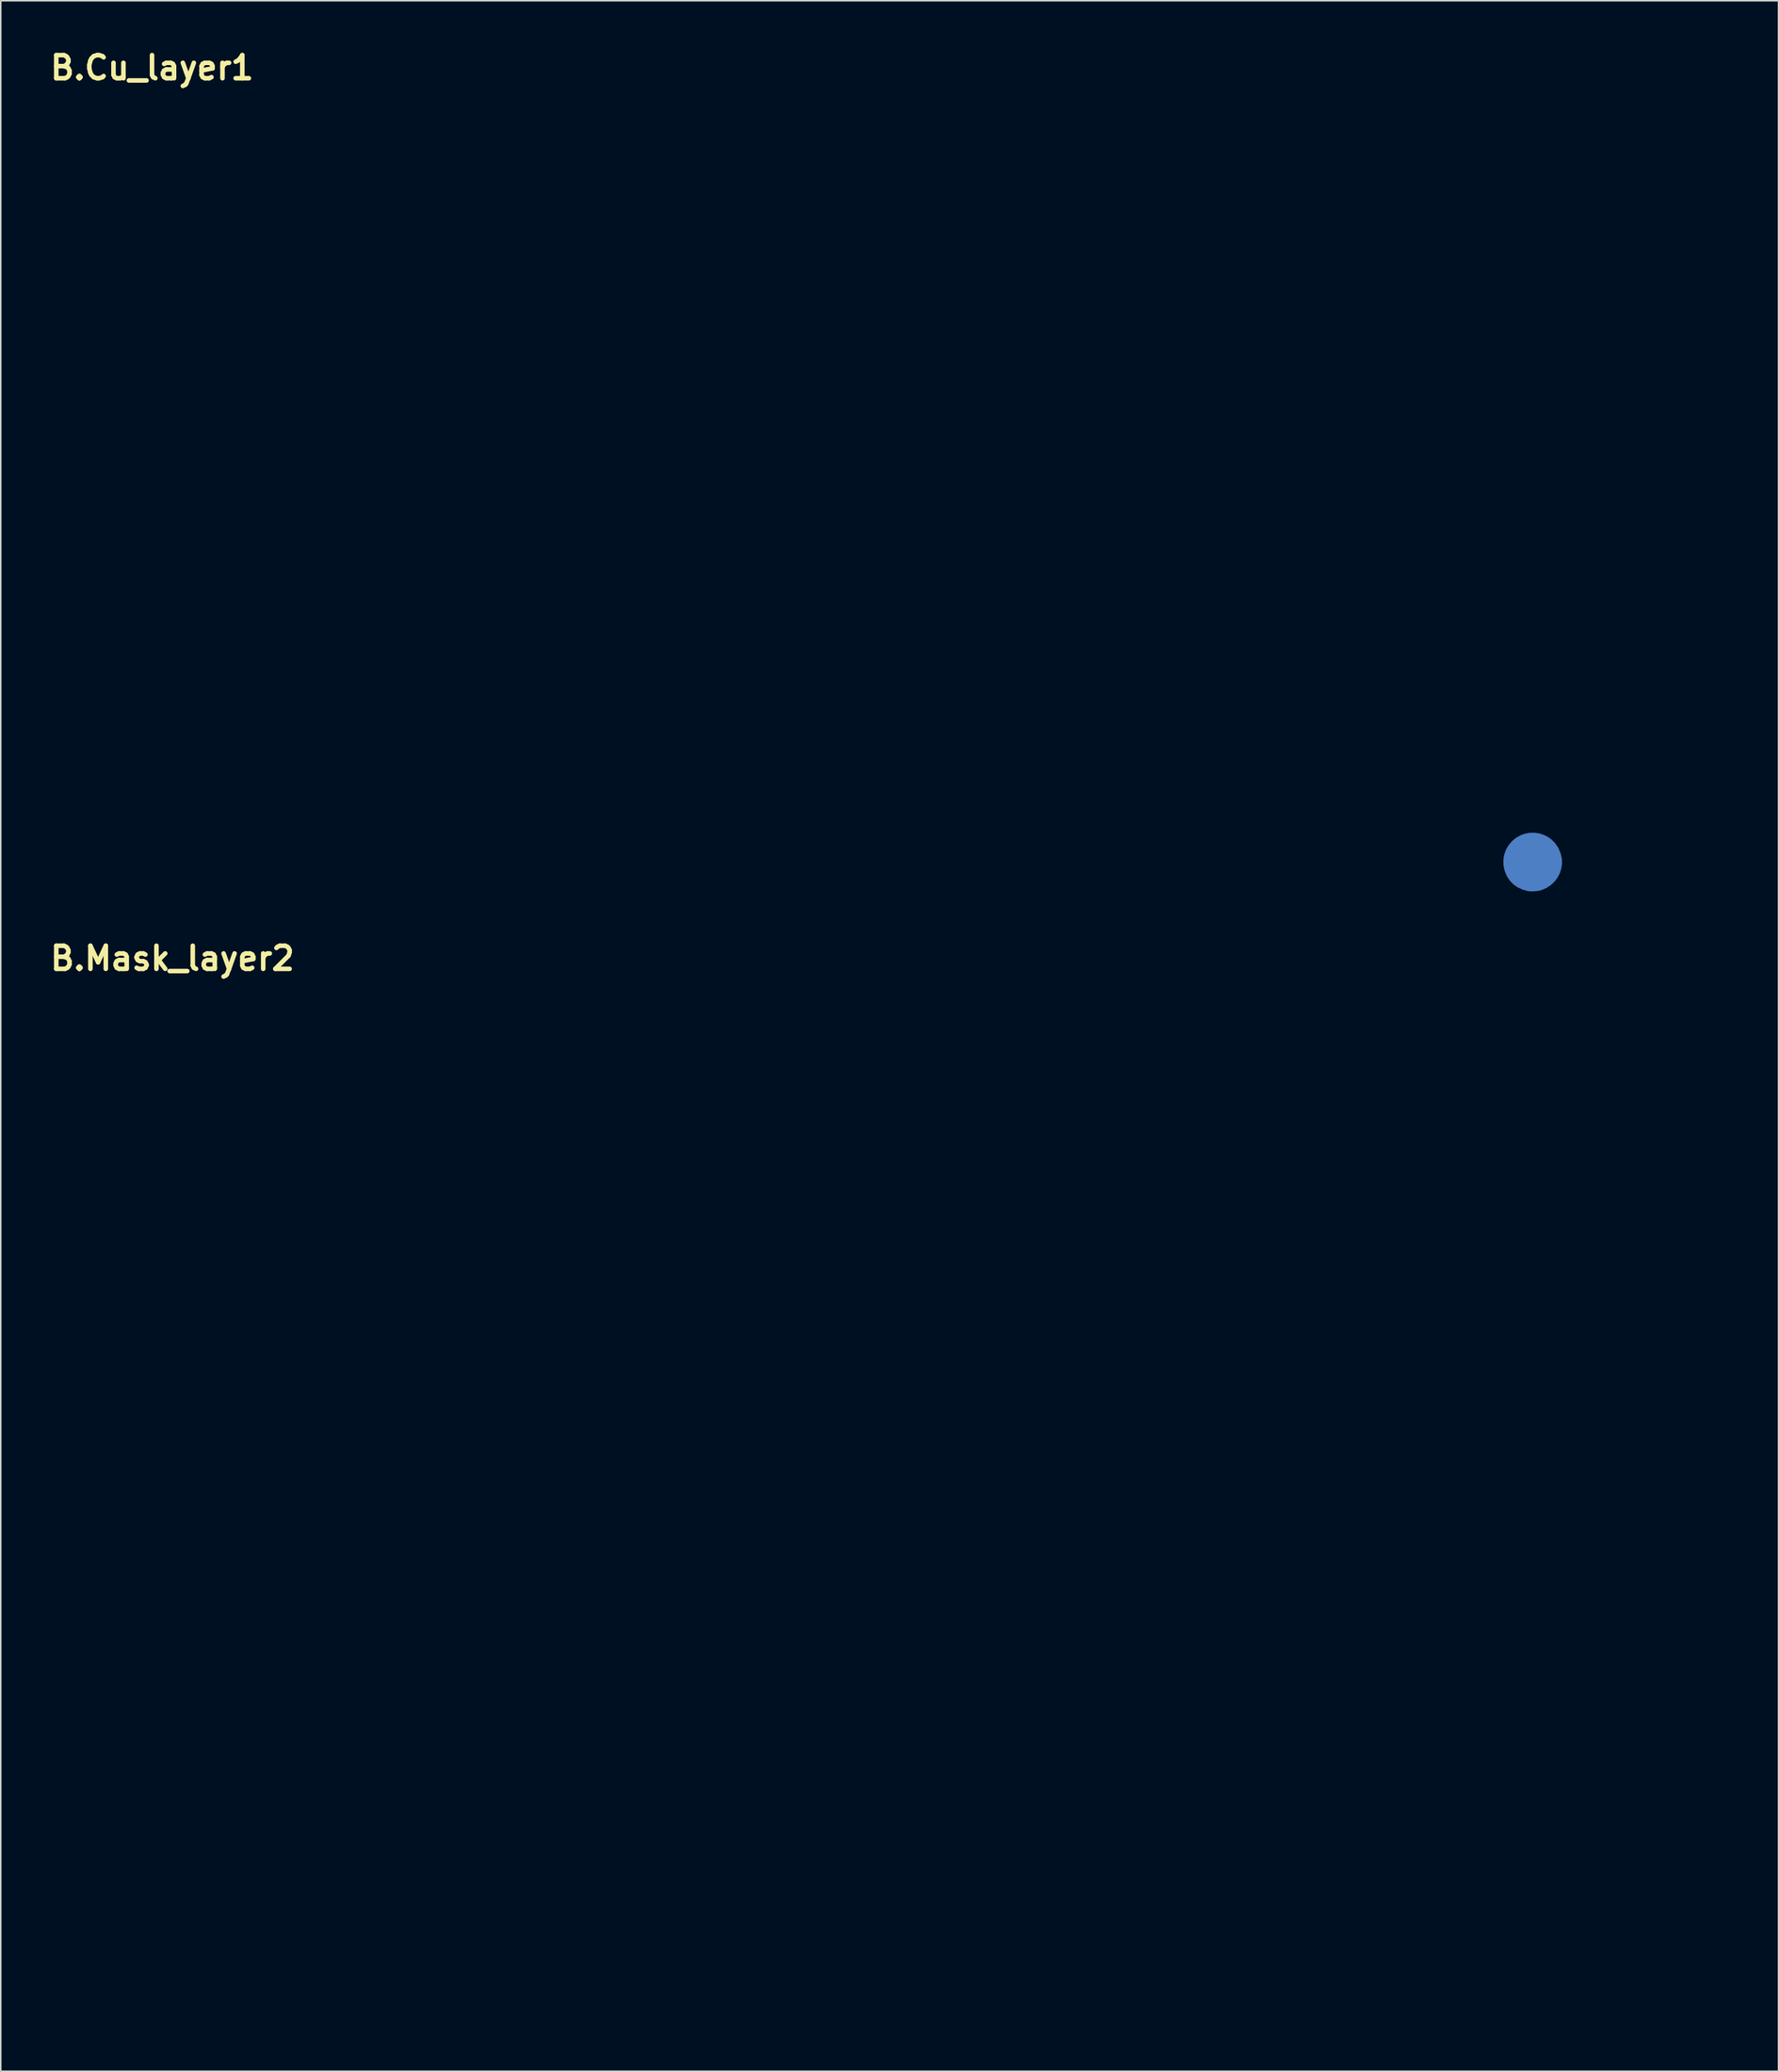
<source format=kicad_pcb>
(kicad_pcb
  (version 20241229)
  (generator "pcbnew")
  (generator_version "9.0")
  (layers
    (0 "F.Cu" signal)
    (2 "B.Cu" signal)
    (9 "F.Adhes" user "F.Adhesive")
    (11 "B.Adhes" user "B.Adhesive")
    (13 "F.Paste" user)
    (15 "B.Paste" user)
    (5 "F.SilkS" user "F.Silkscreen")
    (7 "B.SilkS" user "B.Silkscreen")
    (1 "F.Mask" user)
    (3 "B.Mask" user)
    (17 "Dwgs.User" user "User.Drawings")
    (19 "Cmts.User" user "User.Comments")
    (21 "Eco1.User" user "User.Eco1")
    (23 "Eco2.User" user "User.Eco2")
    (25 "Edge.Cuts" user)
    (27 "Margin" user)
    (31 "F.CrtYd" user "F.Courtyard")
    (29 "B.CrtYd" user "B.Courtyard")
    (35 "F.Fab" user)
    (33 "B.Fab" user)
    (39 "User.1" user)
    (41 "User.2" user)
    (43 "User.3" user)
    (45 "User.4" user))
  (footprint "B.Mask_layer2"
    (layer "F.Cu")
    (at 8.317 60.129)
    (property "Reference" "B.Mask_layer2" (at 0 0 0) (layer "F.SilkS") (effects (font (size 1.524 1.524) (thickness 0.3))))
    (attr through_hole)
    (fp_poly (pts (xy 91.442 50.471) (xy 91.741 50.562) (xy 92.022 50.7) (xy 92.279 50.885) (xy 92.505 51.115) (xy 92.694 51.39) (xy 92.753 51.503) (xy 92.881 51.82) (xy 92.95 52.127) (xy 92.962 52.437) (xy 92.92 52.763) (xy 92.917 52.78) (xy 92.818 53.096) (xy 92.665 53.388) (xy 92.464 53.651) (xy 92.221 53.878) (xy 91.943 54.062) (xy 91.637 54.196) (xy 91.472 54.243) (xy 91.334 54.266) (xy 91.166 54.282) (xy 90.993 54.288) (xy 90.836 54.285) (xy 90.726 54.272) (xy 90.363 54.17) (xy 90.044 54.023) (xy 89.77 53.83) (xy 89.538 53.592) (xy 89.348 53.307) (xy 89.292 53.196) (xy 89.17 52.87) (xy 89.108 52.536) (xy 89.105 52.201) (xy 89.16 51.873) (xy 89.271 51.559) (xy 89.439 51.265) (xy 89.66 50.999) (xy 89.665 50.994) (xy 89.926 50.774) (xy 90.21 50.609) (xy 90.51 50.498) (xy 90.82 50.438) (xy 91.133 50.43) (xy 91.442 50.471)) (stroke (width 0.01) (type solid)) (fill yes) (layer "B.Mask"))
    (fp_poly (pts (xy 100.495 65.07) (xy 100.878 65.132) (xy 101.246 65.247) (xy 101.59 65.416) (xy 101.655 65.456) (xy 101.979 65.699) (xy 102.259 65.983) (xy 102.492 66.3) (xy 102.675 66.646) (xy 102.805 67.013) (xy 102.879 67.397) (xy 102.894 67.789) (xy 102.879 67.983) (xy 102.808 68.375) (xy 102.688 68.731) (xy 102.516 69.06) (xy 102.287 69.371) (xy 102.108 69.564) (xy 101.807 69.831) (xy 101.493 70.038) (xy 101.159 70.19) (xy 100.796 70.292) (xy 100.606 70.324) (xy 100.354 70.35) (xy 100.128 70.351) (xy 99.896 70.327) (xy 99.786 70.309) (xy 99.386 70.205) (xy 99.016 70.047) (xy 98.679 69.837) (xy 98.379 69.577) (xy 98.12 69.27) (xy 97.906 68.92) (xy 97.887 68.882) (xy 97.778 68.647) (xy 97.702 68.44) (xy 97.652 68.237) (xy 97.621 68.015) (xy 97.609 67.859) (xy 97.612 67.691) (xy 99.045 67.691) (xy 99.047 67.84) (xy 99.055 67.949) (xy 99.076 68.039) (xy 99.112 68.133) (xy 99.144 68.204) (xy 99.29 68.444) (xy 99.476 68.637) (xy 99.694 68.782) (xy 99.936 68.875) (xy 100.196 68.914) (xy 100.466 68.894) (xy 100.697 68.831) (xy 100.873 68.739) (xy 101.047 68.602) (xy 101.204 68.437) (xy 101.327 68.258) (xy 101.378 68.151) (xy 101.44 67.922) (xy 101.459 67.679) (xy 101.435 67.442) (xy 101.368 67.233) (xy 101.22 66.98) (xy 101.034 66.776) (xy 100.816 66.625) (xy 100.568 66.529) (xy 100.294 66.49) (xy 100.152 66.492) (xy 99.897 66.539) (xy 99.658 66.643) (xy 99.443 66.797) (xy 99.262 66.995) (xy 99.139 67.199) (xy 99.094 67.299) (xy 99.066 67.388) (xy 99.051 67.486) (xy 99.046 67.616) (xy 99.045 67.691) (xy 97.612 67.691) (xy 97.615 67.443) (xy 97.681 67.045) (xy 97.804 66.669) (xy 97.982 66.318) (xy 98.213 65.999) (xy 98.493 65.714) (xy 98.82 65.468) (xy 98.999 65.363) (xy 99.349 65.208) (xy 99.721 65.107) (xy 100.106 65.061) (xy 100.495 65.07)) (stroke (width 0.01) (type solid)) (fill yes) (layer "B.Mask"))
    (fp_poly (pts (xy 82.427 65.115) (xy 82.818 65.203) (xy 83.184 65.35) (xy 83.524 65.555) (xy 83.837 65.816) (xy 83.88 65.859) (xy 84.036 66.026) (xy 84.16 66.183) (xy 84.267 66.351) (xy 84.374 66.554) (xy 84.395 66.596) (xy 84.484 66.793) (xy 84.549 66.97) (xy 84.591 67.144) (xy 84.617 67.333) (xy 84.628 67.556) (xy 84.63 67.723) (xy 84.625 67.976) (xy 84.609 68.184) (xy 84.578 68.366) (xy 84.528 68.539) (xy 84.455 68.721) (xy 84.395 68.85) (xy 84.286 69.061) (xy 84.18 69.234) (xy 84.06 69.391) (xy 83.911 69.555) (xy 83.88 69.586) (xy 83.586 69.845) (xy 83.265 70.051) (xy 82.907 70.209) (xy 82.619 70.297) (xy 82.441 70.329) (xy 82.222 70.349) (xy 81.984 70.356) (xy 81.748 70.349) (xy 81.536 70.329) (xy 81.422 70.31) (xy 81.043 70.194) (xy 80.687 70.023) (xy 80.361 69.799) (xy 80.07 69.529) (xy 79.821 69.215) (xy 79.626 68.882) (xy 79.509 68.613) (xy 79.43 68.355) (xy 79.384 68.087) (xy 79.367 67.785) (xy 79.367 67.723) (xy 79.371 67.613) (xy 80.791 67.613) (xy 80.795 67.858) (xy 80.801 67.9) (xy 80.882 68.181) (xy 81.013 68.424) (xy 81.193 68.626) (xy 81.42 68.787) (xy 81.56 68.855) (xy 81.657 68.892) (xy 81.746 68.914) (xy 81.848 68.923) (xy 81.985 68.922) (xy 82.042 68.92) (xy 82.204 68.911) (xy 82.325 68.894) (xy 82.426 68.865) (xy 82.519 68.825) (xy 82.728 68.693) (xy 82.915 68.513) (xy 83.065 68.301) (xy 83.102 68.231) (xy 83.15 68.125) (xy 83.179 68.036) (xy 83.194 67.941) (xy 83.2 67.818) (xy 83.201 67.723) (xy 83.199 67.572) (xy 83.189 67.463) (xy 83.169 67.372) (xy 83.132 67.278) (xy 83.103 67.215) (xy 82.966 66.992) (xy 82.784 66.798) (xy 82.573 66.647) (xy 82.521 66.619) (xy 82.432 66.579) (xy 82.353 66.554) (xy 82.262 66.54) (xy 82.143 66.533) (xy 82.01 66.532) (xy 81.852 66.534) (xy 81.737 66.542) (xy 81.648 66.558) (xy 81.564 66.587) (xy 81.495 66.617) (xy 81.277 66.752) (xy 81.092 66.929) (xy 80.945 67.138) (xy 80.843 67.37) (xy 80.791 67.613) (xy 79.371 67.613) (xy 79.379 67.412) (xy 79.419 67.139) (xy 79.491 66.881) (xy 79.601 66.616) (xy 79.626 66.564) (xy 79.835 66.205) (xy 80.086 65.893) (xy 80.38 65.628) (xy 80.719 65.408) (xy 80.968 65.286) (xy 81.26 65.18) (xy 81.56 65.115) (xy 81.888 65.087) (xy 82.012 65.085) (xy 82.427 65.115)) (stroke (width 0.01) (type solid)) (fill yes) (layer "B.Mask")))
  (footprint "B.Cu_layer1"
    (layer "F.Cu")
    (at 6.974 1.418)
    (property "Reference" "B.Cu_layer1" (at 0 0 0) (layer "F.SilkS") (effects (font (size 1.524 1.524) (thickness 0.3))))
    (attr through_hole)
    (fp_poly (pts (xy 91.442 50.471) (xy 91.741 50.562) (xy 92.022 50.7) (xy 92.279 50.885) (xy 92.505 51.115) (xy 92.694 51.39) (xy 92.753 51.503) (xy 92.881 51.82) (xy 92.95 52.127) (xy 92.962 52.437) (xy 92.92 52.763) (xy 92.917 52.78) (xy 92.818 53.096) (xy 92.665 53.388) (xy 92.464 53.651) (xy 92.221 53.878) (xy 91.943 54.062) (xy 91.637 54.196) (xy 91.472 54.243) (xy 91.334 54.266) (xy 91.166 54.282) (xy 90.993 54.288) (xy 90.836 54.285) (xy 90.726 54.272) (xy 90.363 54.17) (xy 90.044 54.023) (xy 89.77 53.83) (xy 89.538 53.592) (xy 89.348 53.307) (xy 89.292 53.196) (xy 89.17 52.87) (xy 89.108 52.536) (xy 89.105 52.201) (xy 89.16 51.873) (xy 89.271 51.559) (xy 89.439 51.265) (xy 89.66 50.999) (xy 89.665 50.994) (xy 89.926 50.774) (xy 90.21 50.609) (xy 90.51 50.498) (xy 90.82 50.438) (xy 91.133 50.43) (xy 91.442 50.471)) (stroke (width 0.01) (type solid)) (fill yes) (layer "B.Cu")))
  (gr_rect
    (start -3 -3)
    (end 114.216 133.49)
    (stroke (width 0.1) (type default))
    (fill no)
    (layer "Edge.Cuts")))
</source>
